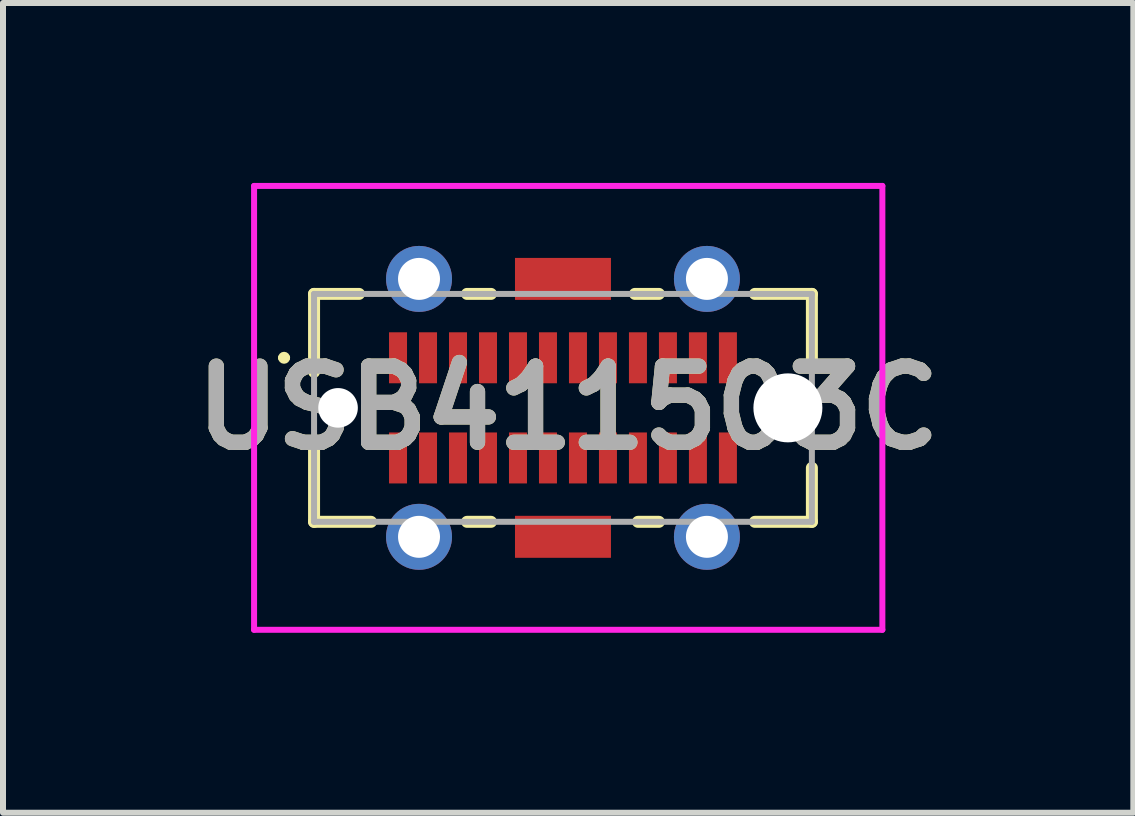
<source format=kicad_pcb>
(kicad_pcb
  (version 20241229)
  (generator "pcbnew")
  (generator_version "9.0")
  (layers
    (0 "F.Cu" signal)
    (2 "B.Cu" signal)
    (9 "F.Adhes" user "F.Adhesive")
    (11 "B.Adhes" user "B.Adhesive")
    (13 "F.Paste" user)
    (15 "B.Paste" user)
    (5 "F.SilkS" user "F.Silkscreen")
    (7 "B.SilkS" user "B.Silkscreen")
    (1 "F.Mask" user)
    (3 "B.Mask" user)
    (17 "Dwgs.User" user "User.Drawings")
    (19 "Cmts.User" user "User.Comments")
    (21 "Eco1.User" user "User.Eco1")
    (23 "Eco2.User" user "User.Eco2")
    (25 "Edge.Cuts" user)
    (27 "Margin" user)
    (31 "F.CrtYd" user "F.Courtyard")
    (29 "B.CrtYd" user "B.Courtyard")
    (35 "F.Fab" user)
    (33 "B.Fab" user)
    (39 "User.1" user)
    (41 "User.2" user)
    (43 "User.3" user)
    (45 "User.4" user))
  (footprint "USB411503C"
    (layer "F.Cu")
    (at 6.336 3.75)
    (property "Reference" "USB411503C" (at 0.087 0 0) (layer "F.SilkS") (effects (font (size 1.27 1.27) (thickness 0.254))))
    (attr through_hole)
    (fp_line (start -4.7 -0.835) (end -4.7 -0.835) (stroke (width 0.1) (type solid)) (layer "F.SilkS"))
    (fp_line (start -4.6 -0.835) (end -4.6 -0.835) (stroke (width 0.1) (type solid)) (layer "F.SilkS"))
    (fp_line (start -4.15 -1.9) (end -3.4 -1.9) (stroke (width 0.2) (type solid)) (layer "F.SilkS"))
    (fp_line (start -4.15 -0.6) (end -4.15 -1.9) (stroke (width 0.2) (type solid)) (layer "F.SilkS"))
    (fp_line (start -4.15 0.6) (end -4.15 1.9) (stroke (width 0.2) (type solid)) (layer "F.SilkS"))
    (fp_line (start -4.15 1.9) (end -3.2 1.9) (stroke (width 0.2) (type solid)) (layer "F.SilkS"))
    (fp_line (start -1.6 -1.9) (end -1.2 -1.9) (stroke (width 0.2) (type solid)) (layer "F.SilkS"))
    (fp_line (start -1.6 1.9) (end -1.2 1.9) (stroke (width 0.2) (type solid)) (layer "F.SilkS"))
    (fp_line (start 1.2 -1.9) (end 1.6 -1.9) (stroke (width 0.2) (type solid)) (layer "F.SilkS"))
    (fp_line (start 1.25 1.9) (end 1.6 1.9) (stroke (width 0.2) (type solid)) (layer "F.SilkS"))
    (fp_line (start 3.2 -1.9) (end 4.15 -1.9) (stroke (width 0.2) (type solid)) (layer "F.SilkS"))
    (fp_line (start 3.2 1.9) (end 4.15 1.9) (stroke (width 0.2) (type solid)) (layer "F.SilkS"))
    (fp_line (start 4.15 -1.9) (end 4.15 -0.8) (stroke (width 0.2) (type solid)) (layer "F.SilkS"))
    (fp_line (start 4.15 1.9) (end 4.15 1) (stroke (width 0.2) (type solid)) (layer "F.SilkS"))
    (fp_arc (start -4.7 -0.835) (mid -4.65 -0.885) (end -4.6 -0.835) (stroke (width 0.1) (type solid)) (layer "F.SilkS"))
    (fp_arc (start -4.6 -0.835) (mid -4.65 -0.785) (end -4.7 -0.835) (stroke (width 0.1) (type solid)) (layer "F.SilkS"))
    (fp_line (start -5.15 -3.7) (end 5.325 -3.7) (stroke (width 0.1) (type solid)) (layer "F.CrtYd"))
    (fp_line (start -5.15 3.7) (end -5.15 -3.7) (stroke (width 0.1) (type solid)) (layer "F.CrtYd"))
    (fp_line (start 5.325 -3.7) (end 5.325 3.7) (stroke (width 0.1) (type solid)) (layer "F.CrtYd"))
    (fp_line (start 5.325 3.7) (end -5.15 3.7) (stroke (width 0.1) (type solid)) (layer "F.CrtYd"))
    (fp_line (start -4.15 -1.9) (end -4.15 1.9) (stroke (width 0.1) (type solid)) (layer "F.Fab"))
    (fp_line (start -4.15 1.9) (end 4.15 1.9) (stroke (width 0.1) (type solid)) (layer "F.Fab"))
    (fp_line (start 4.15 -1.9) (end -4.15 -1.9) (stroke (width 0.1) (type solid)) (layer "F.Fab"))
    (fp_line (start 4.15 1.9) (end 4.15 -1.9) (stroke (width 0.1) (type solid)) (layer "F.Fab"))
    (fp_text user "${REFERENCE}" (at 0.087 0 0) (layer "F.Fab") (effects (font (size 1.27 1.27) (thickness 0.254))))
    (pad "" np_thru_hole circle (at -3.75 0) (size 0.66 0.66) (drill 0.66) (layers "*.Cu" "*.Mask"))
    (pad "" np_thru_hole circle (at 3.75 0) (size 1.15 1.15) (drill 1.15) (layers "*.Cu" "*.Mask"))
    (pad "A1" smd rect (at -2.75 -0.835) (size 0.3 0.85) (layers "F.Cu" "F.Mask" "F.Paste"))
    (pad "A2" smd rect (at -2.25 -0.835) (size 0.3 0.85) (layers "F.Cu" "F.Mask" "F.Paste"))
    (pad "A3" smd rect (at -1.75 -0.835) (size 0.3 0.85) (layers "F.Cu" "F.Mask" "F.Paste"))
    (pad "A4" smd rect (at -1.25 -0.835) (size 0.3 0.85) (layers "F.Cu" "F.Mask" "F.Paste"))
    (pad "A5" smd rect (at -0.75 -0.835) (size 0.3 0.85) (layers "F.Cu" "F.Mask" "F.Paste"))
    (pad "A6" smd rect (at -0.25 -0.835) (size 0.3 0.85) (layers "F.Cu" "F.Mask" "F.Paste"))
    (pad "A7" smd rect (at 0.25 -0.835) (size 0.3 0.85) (layers "F.Cu" "F.Mask" "F.Paste"))
    (pad "A8" smd rect (at 0.75 -0.835) (size 0.3 0.85) (layers "F.Cu" "F.Mask" "F.Paste"))
    (pad "A9" smd rect (at 1.25 -0.835) (size 0.3 0.85) (layers "F.Cu" "F.Mask" "F.Paste"))
    (pad "A10" smd rect (at 1.75 -0.835) (size 0.3 0.85) (layers "F.Cu" "F.Mask" "F.Paste"))
    (pad "A11" smd rect (at 2.25 -0.835) (size 0.3 0.85) (layers "F.Cu" "F.Mask" "F.Paste"))
    (pad "A12" smd rect (at 2.75 -0.835) (size 0.3 0.85) (layers "F.Cu" "F.Mask" "F.Paste"))
    (pad "B1" smd rect (at 2.75 0.835) (size 0.3 0.85) (layers "F.Cu" "F.Mask" "F.Paste"))
    (pad "B2" smd rect (at 2.25 0.835) (size 0.3 0.85) (layers "F.Cu" "F.Mask" "F.Paste"))
    (pad "B3" smd rect (at 1.75 0.835) (size 0.3 0.85) (layers "F.Cu" "F.Mask" "F.Paste"))
    (pad "B4" smd rect (at 1.25 0.835) (size 0.3 0.85) (layers "F.Cu" "F.Mask" "F.Paste"))
    (pad "B5" smd rect (at 0.75 0.835) (size 0.3 0.85) (layers "F.Cu" "F.Mask" "F.Paste"))
    (pad "B6" smd rect (at 0.25 0.835) (size 0.3 0.85) (layers "F.Cu" "F.Mask" "F.Paste"))
    (pad "B7" smd rect (at -0.25 0.835) (size 0.3 0.85) (layers "F.Cu" "F.Mask" "F.Paste"))
    (pad "B8" smd rect (at -0.75 0.835) (size 0.3 0.85) (layers "F.Cu" "F.Mask" "F.Paste"))
    (pad "B9" smd rect (at -1.25 0.835) (size 0.3 0.85) (layers "F.Cu" "F.Mask" "F.Paste"))
    (pad "B10" smd rect (at -1.75 0.835) (size 0.3 0.85) (layers "F.Cu" "F.Mask" "F.Paste"))
    (pad "B11" smd rect (at -2.25 0.835) (size 0.3 0.85) (layers "F.Cu" "F.Mask" "F.Paste"))
    (pad "B12" smd rect (at -2.75 0.835) (size 0.3 0.85) (layers "F.Cu" "F.Mask" "F.Paste"))
    (pad "MH1" thru_hole circle (at -2.4 -2.15) (size 1.1 1.1) (drill 0.7) (layers "*.Cu" "*.Mask"))
    (pad "MH2" thru_hole circle (at 2.4 -2.15) (size 1.1 1.1) (drill 0.7) (layers "*.Cu" "*.Mask"))
    (pad "MH3" thru_hole circle (at 2.4 2.15) (size 1.1 1.1) (drill 0.7) (layers "*.Cu" "*.Mask"))
    (pad "MH4" thru_hole circle (at -2.4 2.15) (size 1.1 1.1) (drill 0.7) (layers "*.Cu" "*.Mask"))
    (pad "MP1" smd rect (at 0 -2.15 90) (size 0.7 1.6) (layers "F.Cu" "F.Mask" "F.Paste"))
    (pad "MP2" smd rect (at 0 2.15 90) (size 0.7 1.6) (layers "F.Cu" "F.Mask" "F.Paste")))
  (gr_rect
    (start -3 -3)
    (end 15.845 10.5)
    (stroke (width 0.1) (type default))
    (fill no)
    (layer "Edge.Cuts")))
</source>
